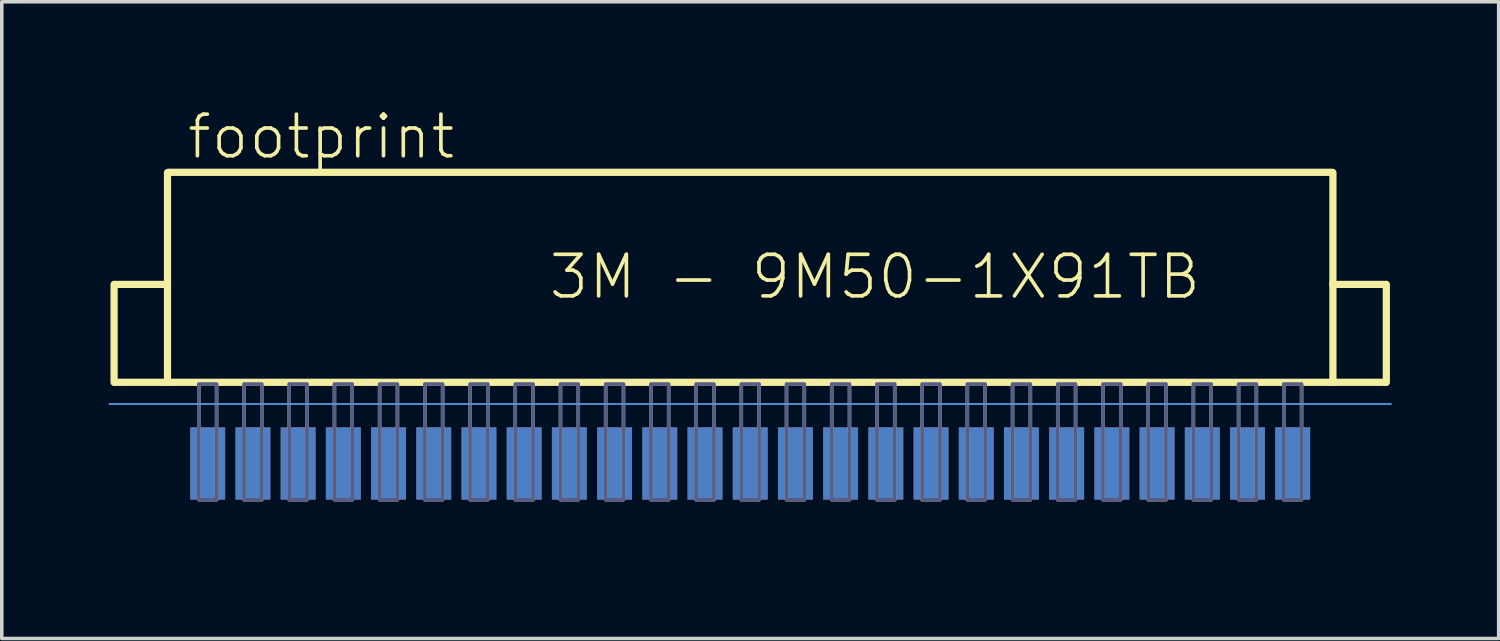
<source format=kicad_pcb>
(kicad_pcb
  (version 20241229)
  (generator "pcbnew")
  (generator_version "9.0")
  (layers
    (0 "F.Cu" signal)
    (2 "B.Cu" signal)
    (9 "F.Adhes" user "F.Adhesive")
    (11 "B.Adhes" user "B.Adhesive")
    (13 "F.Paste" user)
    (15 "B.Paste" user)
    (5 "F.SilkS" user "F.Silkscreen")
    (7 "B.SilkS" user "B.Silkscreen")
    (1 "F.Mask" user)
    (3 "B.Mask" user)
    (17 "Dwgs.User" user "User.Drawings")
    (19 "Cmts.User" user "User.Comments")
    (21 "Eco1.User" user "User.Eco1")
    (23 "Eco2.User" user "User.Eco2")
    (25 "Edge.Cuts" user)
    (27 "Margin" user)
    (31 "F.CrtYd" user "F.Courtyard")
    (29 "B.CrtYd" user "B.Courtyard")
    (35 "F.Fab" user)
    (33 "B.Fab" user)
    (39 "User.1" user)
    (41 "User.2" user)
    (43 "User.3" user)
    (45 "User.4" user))
  (footprint "footprint"
    (layer "F.Cu")
    (at 18.025 6.68)
    (property "Reference" "footprint" (at -15.875 -5.207 0) (layer "F.SilkS") (effects (font (size 1.168 1.168) (thickness 0.102)) (justify left bottom)))
    (fp_line (start -15.24 5.08) (end 15.24 5.08) (stroke (width 0.254) (type solid)) (layer "F.Mask"))
    (fp_poly (pts (xy -15.723 4.978) (xy -14.757 4.978) (xy -14.757 2.286) (xy -15.723 2.286)) (stroke (width 0) (type solid)) (fill yes) (layer "F.Mask"))
    (fp_poly (pts (xy -14.453 4.978) (xy -13.487 4.978) (xy -13.487 2.286) (xy -14.453 2.286)) (stroke (width 0) (type solid)) (fill yes) (layer "F.Mask"))
    (fp_poly (pts (xy -13.183 4.978) (xy -12.217 4.978) (xy -12.217 2.286) (xy -13.183 2.286)) (stroke (width 0) (type solid)) (fill yes) (layer "F.Mask"))
    (fp_poly (pts (xy -11.913 4.978) (xy -10.947 4.978) (xy -10.947 2.286) (xy -11.913 2.286)) (stroke (width 0) (type solid)) (fill yes) (layer "F.Mask"))
    (fp_poly (pts (xy -10.643 4.978) (xy -9.677 4.978) (xy -9.677 2.286) (xy -10.643 2.286)) (stroke (width 0) (type solid)) (fill yes) (layer "F.Mask"))
    (fp_poly (pts (xy -9.373 4.978) (xy -8.407 4.978) (xy -8.407 2.286) (xy -9.373 2.286)) (stroke (width 0) (type solid)) (fill yes) (layer "F.Mask"))
    (fp_poly (pts (xy -8.103 4.978) (xy -7.137 4.978) (xy -7.137 2.286) (xy -8.103 2.286)) (stroke (width 0) (type solid)) (fill yes) (layer "F.Mask"))
    (fp_poly (pts (xy -6.833 4.978) (xy -5.867 4.978) (xy -5.867 2.286) (xy -6.833 2.286)) (stroke (width 0) (type solid)) (fill yes) (layer "F.Mask"))
    (fp_poly (pts (xy -5.563 4.978) (xy -4.597 4.978) (xy -4.597 2.286) (xy -5.563 2.286)) (stroke (width 0) (type solid)) (fill yes) (layer "F.Mask"))
    (fp_poly (pts (xy -4.293 4.978) (xy -3.327 4.978) (xy -3.327 2.286) (xy -4.293 2.286)) (stroke (width 0) (type solid)) (fill yes) (layer "F.Mask"))
    (fp_poly (pts (xy -3.023 4.978) (xy -2.057 4.978) (xy -2.057 2.286) (xy -3.023 2.286)) (stroke (width 0) (type solid)) (fill yes) (layer "F.Mask"))
    (fp_poly (pts (xy -1.753 4.978) (xy -0.787 4.978) (xy -0.787 2.286) (xy -1.753 2.286)) (stroke (width 0) (type solid)) (fill yes) (layer "F.Mask"))
    (fp_poly (pts (xy -0.483 4.978) (xy 0.483 4.978) (xy 0.483 2.286) (xy -0.483 2.286)) (stroke (width 0) (type solid)) (fill yes) (layer "F.Mask"))
    (fp_poly (pts (xy 0.787 4.978) (xy 1.753 4.978) (xy 1.753 2.286) (xy 0.787 2.286)) (stroke (width 0) (type solid)) (fill yes) (layer "F.Mask"))
    (fp_poly (pts (xy 2.057 4.978) (xy 3.023 4.978) (xy 3.023 2.286) (xy 2.057 2.286)) (stroke (width 0) (type solid)) (fill yes) (layer "F.Mask"))
    (fp_poly (pts (xy 3.327 4.978) (xy 4.293 4.978) (xy 4.293 2.286) (xy 3.327 2.286)) (stroke (width 0) (type solid)) (fill yes) (layer "F.Mask"))
    (fp_poly (pts (xy 4.597 4.978) (xy 5.563 4.978) (xy 5.563 2.286) (xy 4.597 2.286)) (stroke (width 0) (type solid)) (fill yes) (layer "F.Mask"))
    (fp_poly (pts (xy 5.867 4.978) (xy 6.833 4.978) (xy 6.833 2.286) (xy 5.867 2.286)) (stroke (width 0) (type solid)) (fill yes) (layer "F.Mask"))
    (fp_poly (pts (xy 7.137 4.978) (xy 8.103 4.978) (xy 8.103 2.286) (xy 7.137 2.286)) (stroke (width 0) (type solid)) (fill yes) (layer "F.Mask"))
    (fp_poly (pts (xy 8.407 4.978) (xy 9.373 4.978) (xy 9.373 2.286) (xy 8.407 2.286)) (stroke (width 0) (type solid)) (fill yes) (layer "F.Mask"))
    (fp_poly (pts (xy 9.677 4.978) (xy 10.643 4.978) (xy 10.643 2.286) (xy 9.677 2.286)) (stroke (width 0) (type solid)) (fill yes) (layer "F.Mask"))
    (fp_poly (pts (xy 10.947 4.978) (xy 11.913 4.978) (xy 11.913 2.286) (xy 10.947 2.286)) (stroke (width 0) (type solid)) (fill yes) (layer "F.Mask"))
    (fp_poly (pts (xy 12.217 4.978) (xy 13.183 4.978) (xy 13.183 2.286) (xy 12.217 2.286)) (stroke (width 0) (type solid)) (fill yes) (layer "F.Mask"))
    (fp_poly (pts (xy 13.487 4.978) (xy 14.453 4.978) (xy 14.453 2.286) (xy 13.487 2.286)) (stroke (width 0) (type solid)) (fill yes) (layer "F.Mask"))
    (fp_poly (pts (xy 14.757 4.978) (xy 15.723 4.978) (xy 15.723 2.286) (xy 14.757 2.286)) (stroke (width 0) (type solid)) (fill yes) (layer "F.Mask"))
    (fp_line (start -15.24 5.08) (end 15.24 5.08) (stroke (width 0.254) (type solid)) (layer "B.Mask"))
    (fp_poly (pts (xy -15.723 4.978) (xy -14.757 4.978) (xy -14.757 2.286) (xy -15.723 2.286)) (stroke (width 0) (type solid)) (fill yes) (layer "B.Mask"))
    (fp_poly (pts (xy -14.453 4.978) (xy -13.487 4.978) (xy -13.487 2.286) (xy -14.453 2.286)) (stroke (width 0) (type solid)) (fill yes) (layer "B.Mask"))
    (fp_poly (pts (xy -13.183 4.978) (xy -12.217 4.978) (xy -12.217 2.286) (xy -13.183 2.286)) (stroke (width 0) (type solid)) (fill yes) (layer "B.Mask"))
    (fp_poly (pts (xy -11.913 4.978) (xy -10.947 4.978) (xy -10.947 2.286) (xy -11.913 2.286)) (stroke (width 0) (type solid)) (fill yes) (layer "B.Mask"))
    (fp_poly (pts (xy -10.643 4.978) (xy -9.677 4.978) (xy -9.677 2.286) (xy -10.643 2.286)) (stroke (width 0) (type solid)) (fill yes) (layer "B.Mask"))
    (fp_poly (pts (xy -9.373 4.978) (xy -8.407 4.978) (xy -8.407 2.286) (xy -9.373 2.286)) (stroke (width 0) (type solid)) (fill yes) (layer "B.Mask"))
    (fp_poly (pts (xy -8.103 4.978) (xy -7.137 4.978) (xy -7.137 2.286) (xy -8.103 2.286)) (stroke (width 0) (type solid)) (fill yes) (layer "B.Mask"))
    (fp_poly (pts (xy -6.833 4.978) (xy -5.867 4.978) (xy -5.867 2.286) (xy -6.833 2.286)) (stroke (width 0) (type solid)) (fill yes) (layer "B.Mask"))
    (fp_poly (pts (xy -5.563 4.978) (xy -4.597 4.978) (xy -4.597 2.286) (xy -5.563 2.286)) (stroke (width 0) (type solid)) (fill yes) (layer "B.Mask"))
    (fp_poly (pts (xy -4.293 4.978) (xy -3.327 4.978) (xy -3.327 2.286) (xy -4.293 2.286)) (stroke (width 0) (type solid)) (fill yes) (layer "B.Mask"))
    (fp_poly (pts (xy -3.023 4.978) (xy -2.057 4.978) (xy -2.057 2.286) (xy -3.023 2.286)) (stroke (width 0) (type solid)) (fill yes) (layer "B.Mask"))
    (fp_poly (pts (xy -1.753 4.978) (xy -0.787 4.978) (xy -0.787 2.286) (xy -1.753 2.286)) (stroke (width 0) (type solid)) (fill yes) (layer "B.Mask"))
    (fp_poly (pts (xy -0.483 4.978) (xy 0.483 4.978) (xy 0.483 2.286) (xy -0.483 2.286)) (stroke (width 0) (type solid)) (fill yes) (layer "B.Mask"))
    (fp_poly (pts (xy 0.787 4.978) (xy 1.753 4.978) (xy 1.753 2.286) (xy 0.787 2.286)) (stroke (width 0) (type solid)) (fill yes) (layer "B.Mask"))
    (fp_poly (pts (xy 2.057 4.978) (xy 3.023 4.978) (xy 3.023 2.286) (xy 2.057 2.286)) (stroke (width 0) (type solid)) (fill yes) (layer "B.Mask"))
    (fp_poly (pts (xy 3.327 4.978) (xy 4.293 4.978) (xy 4.293 2.286) (xy 3.327 2.286)) (stroke (width 0) (type solid)) (fill yes) (layer "B.Mask"))
    (fp_poly (pts (xy 4.597 4.978) (xy 5.563 4.978) (xy 5.563 2.286) (xy 4.597 2.286)) (stroke (width 0) (type solid)) (fill yes) (layer "B.Mask"))
    (fp_poly (pts (xy 5.867 4.978) (xy 6.833 4.978) (xy 6.833 2.286) (xy 5.867 2.286)) (stroke (width 0) (type solid)) (fill yes) (layer "B.Mask"))
    (fp_poly (pts (xy 7.137 4.978) (xy 8.103 4.978) (xy 8.103 2.286) (xy 7.137 2.286)) (stroke (width 0) (type solid)) (fill yes) (layer "B.Mask"))
    (fp_poly (pts (xy 8.407 4.978) (xy 9.373 4.978) (xy 9.373 2.286) (xy 8.407 2.286)) (stroke (width 0) (type solid)) (fill yes) (layer "B.Mask"))
    (fp_poly (pts (xy 9.677 4.978) (xy 10.643 4.978) (xy 10.643 2.286) (xy 9.677 2.286)) (stroke (width 0) (type solid)) (fill yes) (layer "B.Mask"))
    (fp_poly (pts (xy 10.947 4.978) (xy 11.913 4.978) (xy 11.913 2.286) (xy 10.947 2.286)) (stroke (width 0) (type solid)) (fill yes) (layer "B.Mask"))
    (fp_poly (pts (xy 12.217 4.978) (xy 13.183 4.978) (xy 13.183 2.286) (xy 12.217 2.286)) (stroke (width 0) (type solid)) (fill yes) (layer "B.Mask"))
    (fp_poly (pts (xy 13.487 4.978) (xy 14.453 4.978) (xy 14.453 2.286) (xy 13.487 2.286)) (stroke (width 0) (type solid)) (fill yes) (layer "B.Mask"))
    (fp_poly (pts (xy 14.757 4.978) (xy 15.723 4.978) (xy 15.723 2.286) (xy 14.757 2.286)) (stroke (width 0) (type solid)) (fill yes) (layer "B.Mask"))
    (fp_line (start -17.87 -1.74) (end -17.87 1.01) (stroke (width 0.203) (type solid)) (layer "F.SilkS"))
    (fp_line (start -17.85 -1.74) (end -16.37 -1.74) (stroke (width 0.203) (type solid)) (layer "F.SilkS"))
    (fp_line (start -17.85 1.01) (end -16.37 1.01) (stroke (width 0.203) (type solid)) (layer "F.SilkS"))
    (fp_line (start -16.37 -1.74) (end -16.37 -4.88) (stroke (width 0.203) (type solid)) (layer "F.SilkS"))
    (fp_line (start -16.37 1.01) (end -16.37 -1.74) (stroke (width 0.203) (type solid)) (layer "F.SilkS"))
    (fp_line (start -16.37 1.01) (end 16.37 1.01) (stroke (width 0.203) (type solid)) (layer "F.SilkS"))
    (fp_line (start -16.35 -4.89) (end 16.35 -4.89) (stroke (width 0.203) (type solid)) (layer "F.SilkS"))
    (fp_line (start 16.37 -1.74) (end 16.37 -4.88) (stroke (width 0.203) (type solid)) (layer "F.SilkS"))
    (fp_line (start 16.37 -1.74) (end 17.85 -1.74) (stroke (width 0.203) (type solid)) (layer "F.SilkS"))
    (fp_line (start 16.37 1.01) (end 16.37 -1.74) (stroke (width 0.203) (type solid)) (layer "F.SilkS"))
    (fp_line (start 16.37 1.01) (end 17.85 1.01) (stroke (width 0.203) (type solid)) (layer "F.SilkS"))
    (fp_line (start 17.87 1.01) (end 17.87 -1.74) (stroke (width 0.203) (type solid)) (layer "F.SilkS"))
    (fp_line (start -18 1.62) (end 18 1.62) (stroke (width 0.051) (type solid)) (layer "Cmts.User"))
    (fp_poly (pts (xy -15.49 4.31) (xy -14.99 4.31) (xy -14.99 1.06) (xy -15.49 1.06)) (stroke (width 0.1) (type solid)) (fill no) (layer "B.Fab"))
    (fp_poly (pts (xy -14.22 4.31) (xy -13.72 4.31) (xy -13.72 1.06) (xy -14.22 1.06)) (stroke (width 0.1) (type solid)) (fill no) (layer "B.Fab"))
    (fp_poly (pts (xy -12.95 4.31) (xy -12.45 4.31) (xy -12.45 1.06) (xy -12.95 1.06)) (stroke (width 0.1) (type solid)) (fill no) (layer "B.Fab"))
    (fp_poly (pts (xy -11.68 4.31) (xy -11.18 4.31) (xy -11.18 1.06) (xy -11.68 1.06)) (stroke (width 0.1) (type solid)) (fill no) (layer "B.Fab"))
    (fp_poly (pts (xy -10.41 4.31) (xy -9.91 4.31) (xy -9.91 1.06) (xy -10.41 1.06)) (stroke (width 0.1) (type solid)) (fill no) (layer "B.Fab"))
    (fp_poly (pts (xy -9.14 4.31) (xy -8.64 4.31) (xy -8.64 1.06) (xy -9.14 1.06)) (stroke (width 0.1) (type solid)) (fill no) (layer "B.Fab"))
    (fp_poly (pts (xy -7.87 4.31) (xy -7.37 4.31) (xy -7.37 1.06) (xy -7.87 1.06)) (stroke (width 0.1) (type solid)) (fill no) (layer "B.Fab"))
    (fp_poly (pts (xy -6.6 4.31) (xy -6.1 4.31) (xy -6.1 1.06) (xy -6.6 1.06)) (stroke (width 0.1) (type solid)) (fill no) (layer "B.Fab"))
    (fp_poly (pts (xy -5.33 4.31) (xy -4.83 4.31) (xy -4.83 1.06) (xy -5.33 1.06)) (stroke (width 0.1) (type solid)) (fill no) (layer "B.Fab"))
    (fp_poly (pts (xy -4.06 4.31) (xy -3.56 4.31) (xy -3.56 1.06) (xy -4.06 1.06)) (stroke (width 0.1) (type solid)) (fill no) (layer "B.Fab"))
    (fp_poly (pts (xy -2.79 4.31) (xy -2.29 4.31) (xy -2.29 1.06) (xy -2.79 1.06)) (stroke (width 0.1) (type solid)) (fill no) (layer "B.Fab"))
    (fp_poly (pts (xy -1.52 4.31) (xy -1.02 4.31) (xy -1.02 1.06) (xy -1.52 1.06)) (stroke (width 0.1) (type solid)) (fill no) (layer "B.Fab"))
    (fp_poly (pts (xy -0.25 4.31) (xy 0.25 4.31) (xy 0.25 1.06) (xy -0.25 1.06)) (stroke (width 0.1) (type solid)) (fill no) (layer "B.Fab"))
    (fp_poly (pts (xy 1.02 4.31) (xy 1.52 4.31) (xy 1.52 1.06) (xy 1.02 1.06)) (stroke (width 0.1) (type solid)) (fill no) (layer "B.Fab"))
    (fp_poly (pts (xy 2.29 4.31) (xy 2.79 4.31) (xy 2.79 1.06) (xy 2.29 1.06)) (stroke (width 0.1) (type solid)) (fill no) (layer "B.Fab"))
    (fp_poly (pts (xy 3.56 4.31) (xy 4.06 4.31) (xy 4.06 1.06) (xy 3.56 1.06)) (stroke (width 0.1) (type solid)) (fill no) (layer "B.Fab"))
    (fp_poly (pts (xy 4.83 4.31) (xy 5.33 4.31) (xy 5.33 1.06) (xy 4.83 1.06)) (stroke (width 0.1) (type solid)) (fill no) (layer "B.Fab"))
    (fp_poly (pts (xy 6.1 4.31) (xy 6.6 4.31) (xy 6.6 1.06) (xy 6.1 1.06)) (stroke (width 0.1) (type solid)) (fill no) (layer "B.Fab"))
    (fp_poly (pts (xy 7.37 4.31) (xy 7.87 4.31) (xy 7.87 1.06) (xy 7.37 1.06)) (stroke (width 0.1) (type solid)) (fill no) (layer "B.Fab"))
    (fp_poly (pts (xy 8.64 4.31) (xy 9.14 4.31) (xy 9.14 1.06) (xy 8.64 1.06)) (stroke (width 0.1) (type solid)) (fill no) (layer "B.Fab"))
    (fp_poly (pts (xy 9.91 4.31) (xy 10.41 4.31) (xy 10.41 1.06) (xy 9.91 1.06)) (stroke (width 0.1) (type solid)) (fill no) (layer "B.Fab"))
    (fp_poly (pts (xy 11.18 4.31) (xy 11.68 4.31) (xy 11.68 1.06) (xy 11.18 1.06)) (stroke (width 0.1) (type solid)) (fill no) (layer "B.Fab"))
    (fp_poly (pts (xy 12.45 4.31) (xy 12.95 4.31) (xy 12.95 1.06) (xy 12.45 1.06)) (stroke (width 0.1) (type solid)) (fill no) (layer "B.Fab"))
    (fp_poly (pts (xy 13.72 4.31) (xy 14.22 4.31) (xy 14.22 1.06) (xy 13.72 1.06)) (stroke (width 0.1) (type solid)) (fill no) (layer "B.Fab"))
    (fp_poly (pts (xy 14.99 4.31) (xy 15.49 4.31) (xy 15.49 1.06) (xy 14.99 1.06)) (stroke (width 0.1) (type solid)) (fill no) (layer "B.Fab"))
    (fp_poly (pts (xy -15.49 4.31) (xy -14.99 4.31) (xy -14.99 1.06) (xy -15.49 1.06)) (stroke (width 0.1) (type solid)) (fill no) (layer "F.Fab"))
    (fp_poly (pts (xy -14.22 4.31) (xy -13.72 4.31) (xy -13.72 1.06) (xy -14.22 1.06)) (stroke (width 0.1) (type solid)) (fill no) (layer "F.Fab"))
    (fp_poly (pts (xy -12.95 4.31) (xy -12.45 4.31) (xy -12.45 1.06) (xy -12.95 1.06)) (stroke (width 0.1) (type solid)) (fill no) (layer "F.Fab"))
    (fp_poly (pts (xy -11.68 4.31) (xy -11.18 4.31) (xy -11.18 1.06) (xy -11.68 1.06)) (stroke (width 0.1) (type solid)) (fill no) (layer "F.Fab"))
    (fp_poly (pts (xy -10.41 4.31) (xy -9.91 4.31) (xy -9.91 1.06) (xy -10.41 1.06)) (stroke (width 0.1) (type solid)) (fill no) (layer "F.Fab"))
    (fp_poly (pts (xy -9.14 4.31) (xy -8.64 4.31) (xy -8.64 1.06) (xy -9.14 1.06)) (stroke (width 0.1) (type solid)) (fill no) (layer "F.Fab"))
    (fp_poly (pts (xy -7.87 4.31) (xy -7.37 4.31) (xy -7.37 1.06) (xy -7.87 1.06)) (stroke (width 0.1) (type solid)) (fill no) (layer "F.Fab"))
    (fp_poly (pts (xy -6.6 4.31) (xy -6.1 4.31) (xy -6.1 1.06) (xy -6.6 1.06)) (stroke (width 0.1) (type solid)) (fill no) (layer "F.Fab"))
    (fp_poly (pts (xy -5.33 4.31) (xy -4.83 4.31) (xy -4.83 1.06) (xy -5.33 1.06)) (stroke (width 0.1) (type solid)) (fill no) (layer "F.Fab"))
    (fp_poly (pts (xy -4.06 4.31) (xy -3.56 4.31) (xy -3.56 1.06) (xy -4.06 1.06)) (stroke (width 0.1) (type solid)) (fill no) (layer "F.Fab"))
    (fp_poly (pts (xy -2.79 4.31) (xy -2.29 4.31) (xy -2.29 1.06) (xy -2.79 1.06)) (stroke (width 0.1) (type solid)) (fill no) (layer "F.Fab"))
    (fp_poly (pts (xy -1.52 4.31) (xy -1.02 4.31) (xy -1.02 1.06) (xy -1.52 1.06)) (stroke (width 0.1) (type solid)) (fill no) (layer "F.Fab"))
    (fp_poly (pts (xy -0.25 4.31) (xy 0.25 4.31) (xy 0.25 1.06) (xy -0.25 1.06)) (stroke (width 0.1) (type solid)) (fill no) (layer "F.Fab"))
    (fp_poly (pts (xy 1.02 4.31) (xy 1.52 4.31) (xy 1.52 1.06) (xy 1.02 1.06)) (stroke (width 0.1) (type solid)) (fill no) (layer "F.Fab"))
    (fp_poly (pts (xy 2.29 4.31) (xy 2.79 4.31) (xy 2.79 1.06) (xy 2.29 1.06)) (stroke (width 0.1) (type solid)) (fill no) (layer "F.Fab"))
    (fp_poly (pts (xy 3.56 4.31) (xy 4.06 4.31) (xy 4.06 1.06) (xy 3.56 1.06)) (stroke (width 0.1) (type solid)) (fill no) (layer "F.Fab"))
    (fp_poly (pts (xy 4.83 4.31) (xy 5.33 4.31) (xy 5.33 1.06) (xy 4.83 1.06)) (stroke (width 0.1) (type solid)) (fill no) (layer "F.Fab"))
    (fp_poly (pts (xy 6.1 4.31) (xy 6.6 4.31) (xy 6.6 1.06) (xy 6.1 1.06)) (stroke (width 0.1) (type solid)) (fill no) (layer "F.Fab"))
    (fp_poly (pts (xy 7.37 4.31) (xy 7.87 4.31) (xy 7.87 1.06) (xy 7.37 1.06)) (stroke (width 0.1) (type solid)) (fill no) (layer "F.Fab"))
    (fp_poly (pts (xy 8.64 4.31) (xy 9.14 4.31) (xy 9.14 1.06) (xy 8.64 1.06)) (stroke (width 0.1) (type solid)) (fill no) (layer "F.Fab"))
    (fp_poly (pts (xy 9.91 4.31) (xy 10.41 4.31) (xy 10.41 1.06) (xy 9.91 1.06)) (stroke (width 0.1) (type solid)) (fill no) (layer "F.Fab"))
    (fp_poly (pts (xy 11.18 4.31) (xy 11.68 4.31) (xy 11.68 1.06) (xy 11.18 1.06)) (stroke (width 0.1) (type solid)) (fill no) (layer "F.Fab"))
    (fp_poly (pts (xy 12.45 4.31) (xy 12.95 4.31) (xy 12.95 1.06) (xy 12.45 1.06)) (stroke (width 0.1) (type solid)) (fill no) (layer "F.Fab"))
    (fp_poly (pts (xy 13.72 4.31) (xy 14.22 4.31) (xy 14.22 1.06) (xy 13.72 1.06)) (stroke (width 0.1) (type solid)) (fill no) (layer "F.Fab"))
    (fp_poly (pts (xy 14.99 4.31) (xy 15.49 4.31) (xy 15.49 1.06) (xy 14.99 1.06)) (stroke (width 0.1) (type solid)) (fill no) (layer "F.Fab"))
    (fp_text user "3M - 9M50-1X91TB" (at -5.715 -1.27 0) (layer "F.SilkS") (effects (font (size 1.168 1.168) (thickness 0.102)) (justify left bottom)))
    (pad "1" smd rect (at -15.24 3.29) (size 0.98 2.03) (layers "F.Cu" "F.Mask" "F.Paste"))
    (pad "2" smd rect (at -13.97 3.29) (size 0.98 2.03) (layers "F.Cu" "F.Mask" "F.Paste"))
    (pad "3" smd rect (at -12.7 3.29) (size 0.98 2.03) (layers "F.Cu" "F.Mask" "F.Paste"))
    (pad "4" smd rect (at -11.43 3.29) (size 0.98 2.03) (layers "F.Cu" "F.Mask" "F.Paste"))
    (pad "5" smd rect (at -10.16 3.29) (size 0.98 2.03) (layers "F.Cu" "F.Mask" "F.Paste"))
    (pad "6" smd rect (at -8.89 3.29) (size 0.98 2.03) (layers "F.Cu" "F.Mask" "F.Paste"))
    (pad "7" smd rect (at -7.62 3.29) (size 0.98 2.03) (layers "F.Cu" "F.Mask" "F.Paste"))
    (pad "8" smd rect (at -6.35 3.29) (size 0.98 2.03) (layers "F.Cu" "F.Mask" "F.Paste"))
    (pad "9" smd rect (at -5.08 3.29) (size 0.98 2.03) (layers "F.Cu" "F.Mask" "F.Paste"))
    (pad "10" smd rect (at -3.81 3.29) (size 0.98 2.03) (layers "F.Cu" "F.Mask" "F.Paste"))
    (pad "11" smd rect (at -2.54 3.29) (size 0.98 2.03) (layers "F.Cu" "F.Mask" "F.Paste"))
    (pad "12" smd rect (at -1.27 3.29) (size 0.98 2.03) (layers "F.Cu" "F.Mask" "F.Paste"))
    (pad "13" smd rect (at 0 3.29) (size 0.98 2.03) (layers "F.Cu" "F.Mask" "F.Paste"))
    (pad "14" smd rect (at 1.27 3.29) (size 0.98 2.03) (layers "F.Cu" "F.Mask" "F.Paste"))
    (pad "15" smd rect (at 2.54 3.29) (size 0.98 2.03) (layers "F.Cu" "F.Mask" "F.Paste"))
    (pad "16" smd rect (at 3.81 3.29) (size 0.98 2.03) (layers "F.Cu" "F.Mask" "F.Paste"))
    (pad "17" smd rect (at 5.08 3.29) (size 0.98 2.03) (layers "F.Cu" "F.Mask" "F.Paste"))
    (pad "18" smd rect (at 6.35 3.29) (size 0.98 2.03) (layers "F.Cu" "F.Mask" "F.Paste"))
    (pad "19" smd rect (at 7.62 3.29) (size 0.98 2.03) (layers "F.Cu" "F.Mask" "F.Paste"))
    (pad "20" smd rect (at 8.89 3.29) (size 0.98 2.03) (layers "F.Cu" "F.Mask" "F.Paste"))
    (pad "21" smd rect (at 10.16 3.29) (size 0.98 2.03) (layers "F.Cu" "F.Mask" "F.Paste"))
    (pad "22" smd rect (at 11.43 3.29) (size 0.98 2.03) (layers "F.Cu" "F.Mask" "F.Paste"))
    (pad "23" smd rect (at 12.7 3.29) (size 0.98 2.03) (layers "F.Cu" "F.Mask" "F.Paste"))
    (pad "24" smd rect (at 13.97 3.29) (size 0.98 2.03) (layers "F.Cu" "F.Mask" "F.Paste"))
    (pad "25" smd rect (at 15.24 3.29) (size 0.98 2.03) (layers "F.Cu" "F.Mask" "F.Paste"))
    (pad "26" smd rect (at -15.24 3.29) (size 0.98 2.03) (layers "B.Cu" "B.Mask" "B.Paste"))
    (pad "27" smd rect (at -13.97 3.29) (size 0.98 2.03) (layers "B.Cu" "B.Mask" "B.Paste"))
    (pad "28" smd rect (at -12.7 3.29) (size 0.98 2.03) (layers "B.Cu" "B.Mask" "B.Paste"))
    (pad "29" smd rect (at -11.43 3.29) (size 0.98 2.03) (layers "B.Cu" "B.Mask" "B.Paste"))
    (pad "30" smd rect (at -10.16 3.29) (size 0.98 2.03) (layers "B.Cu" "B.Mask" "B.Paste"))
    (pad "31" smd rect (at -8.89 3.29) (size 0.98 2.03) (layers "B.Cu" "B.Mask" "B.Paste"))
    (pad "32" smd rect (at -7.62 3.29) (size 0.98 2.03) (layers "B.Cu" "B.Mask" "B.Paste"))
    (pad "33" smd rect (at -6.35 3.29) (size 0.98 2.03) (layers "B.Cu" "B.Mask" "B.Paste"))
    (pad "34" smd rect (at -5.08 3.29) (size 0.98 2.03) (layers "B.Cu" "B.Mask" "B.Paste"))
    (pad "35" smd rect (at -3.81 3.29) (size 0.98 2.03) (layers "B.Cu" "B.Mask" "B.Paste"))
    (pad "36" smd rect (at -2.54 3.29) (size 0.98 2.03) (layers "B.Cu" "B.Mask" "B.Paste"))
    (pad "37" smd rect (at -1.27 3.29) (size 0.98 2.03) (layers "B.Cu" "B.Mask" "B.Paste"))
    (pad "38" smd rect (at 0 3.29) (size 0.98 2.03) (layers "B.Cu" "B.Mask" "B.Paste"))
    (pad "39" smd rect (at 1.27 3.29) (size 0.98 2.03) (layers "B.Cu" "B.Mask" "B.Paste"))
    (pad "40" smd rect (at 2.54 3.29) (size 0.98 2.03) (layers "B.Cu" "B.Mask" "B.Paste"))
    (pad "41" smd rect (at 3.81 3.29) (size 0.98 2.03) (layers "B.Cu" "B.Mask" "B.Paste"))
    (pad "42" smd rect (at 5.08 3.29) (size 0.98 2.03) (layers "B.Cu" "B.Mask" "B.Paste"))
    (pad "43" smd rect (at 6.35 3.29) (size 0.98 2.03) (layers "B.Cu" "B.Mask" "B.Paste"))
    (pad "44" smd rect (at 7.62 3.29) (size 0.98 2.03) (layers "B.Cu" "B.Mask" "B.Paste"))
    (pad "45" smd rect (at 8.89 3.29) (size 0.98 2.03) (layers "B.Cu" "B.Mask" "B.Paste"))
    (pad "46" smd rect (at 10.16 3.29) (size 0.98 2.03) (layers "B.Cu" "B.Mask" "B.Paste"))
    (pad "47" smd rect (at 11.43 3.29) (size 0.98 2.03) (layers "B.Cu" "B.Mask" "B.Paste"))
    (pad "48" smd rect (at 12.7 3.29) (size 0.98 2.03) (layers "B.Cu" "B.Mask" "B.Paste"))
    (pad "49" smd rect (at 13.97 3.29) (size 0.98 2.03) (layers "B.Cu" "B.Mask" "B.Paste"))
    (pad "50" smd rect (at 15.24 3.29) (size 0.98 2.03) (layers "B.Cu" "B.Mask" "B.Paste")))
  (gr_rect
    (start -3 -3)
    (end 39.051 14.887)
    (stroke (width 0.1) (type default))
    (fill no)
    (layer "Edge.Cuts")))
</source>
